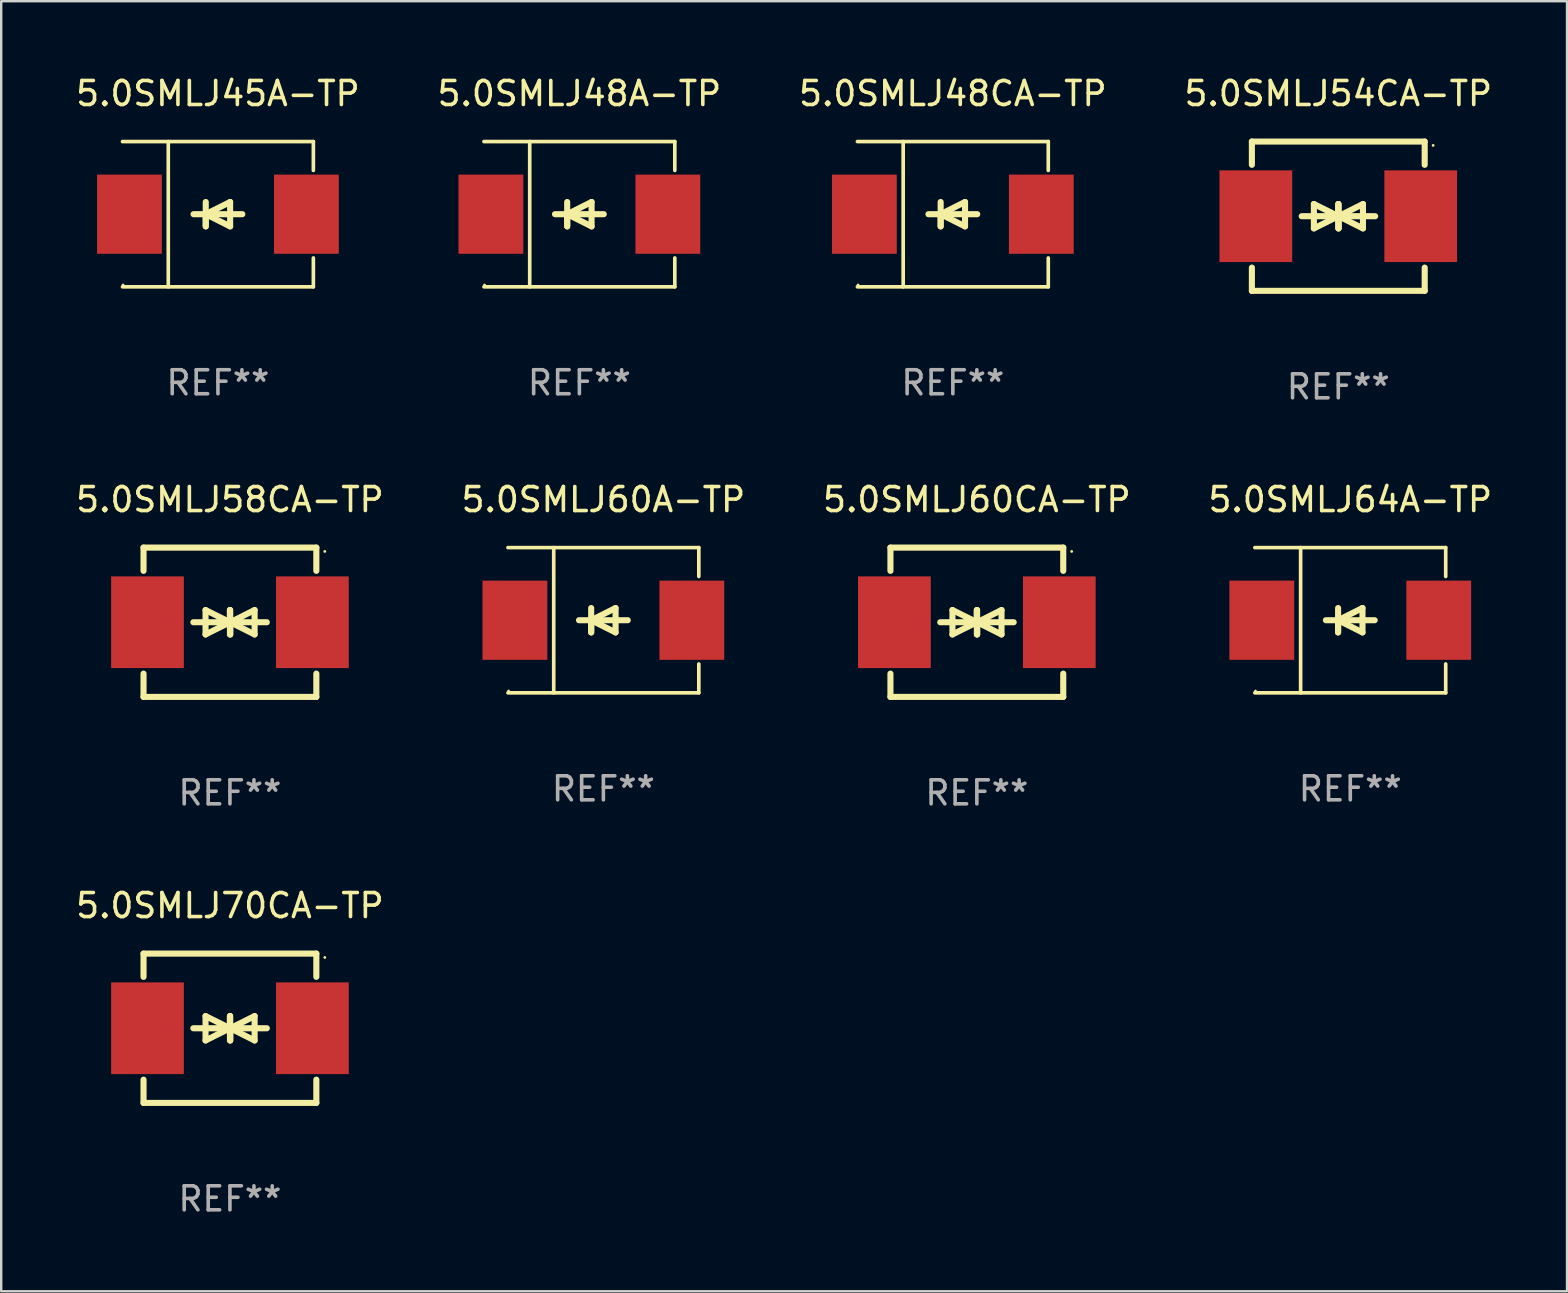
<source format=kicad_pcb>
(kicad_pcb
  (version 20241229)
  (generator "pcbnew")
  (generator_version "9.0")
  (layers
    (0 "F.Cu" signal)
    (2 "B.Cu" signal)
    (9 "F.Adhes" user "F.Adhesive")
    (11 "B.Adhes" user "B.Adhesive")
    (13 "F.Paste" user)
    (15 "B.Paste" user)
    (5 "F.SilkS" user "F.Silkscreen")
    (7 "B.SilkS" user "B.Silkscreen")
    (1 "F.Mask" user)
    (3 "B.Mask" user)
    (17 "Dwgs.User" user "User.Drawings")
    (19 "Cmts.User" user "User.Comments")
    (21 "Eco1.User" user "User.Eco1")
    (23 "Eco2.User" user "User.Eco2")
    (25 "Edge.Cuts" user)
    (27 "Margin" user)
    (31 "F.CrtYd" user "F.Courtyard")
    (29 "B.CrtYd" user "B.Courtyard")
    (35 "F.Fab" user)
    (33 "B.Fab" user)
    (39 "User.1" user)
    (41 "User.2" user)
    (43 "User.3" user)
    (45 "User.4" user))
  (footprint "5.0SMLJ58CA-TP"
    (layer "F.Cu")
    (at 6.53 22.875)
    (property "Reference" "5.0SMLJ58CA-TP" (at 0 -5.11 0) (layer "F.SilkS") (effects (font (size 1 1) (thickness 0.15))))
    (attr through_hole)
    (fp_line (start -3.6 -2.141) (end -3.6 -3.11) (stroke (width 0.254) (type solid)) (layer "F.SilkS"))
    (fp_line (start -3.6 3.11) (end -3.6 2.141) (stroke (width 0.254) (type solid)) (layer "F.SilkS"))
    (fp_line (start -1.524 0) (end 0.508 0) (stroke (width 0.254) (type solid)) (layer "F.SilkS"))
    (fp_line (start -1.016 -0.508) (end -1.016 0.508) (stroke (width 0.254) (type solid)) (layer "F.SilkS"))
    (fp_line (start -1.016 0.508) (end 0 0) (stroke (width 0.254) (type solid)) (layer "F.SilkS"))
    (fp_line (start 0 -0.508) (end 0 0.508) (stroke (width 0.254) (type solid)) (layer "F.SilkS"))
    (fp_line (start 0 0) (end -1.016 -0.508) (stroke (width 0.254) (type solid)) (layer "F.SilkS"))
    (fp_line (start 0 0) (end 0 -0.508) (stroke (width 0.254) (type solid)) (layer "F.SilkS"))
    (fp_line (start 0.012 0) (end 0.012 0.508) (stroke (width 0.254) (type solid)) (layer "F.SilkS"))
    (fp_line (start 0.012 0) (end 1.028 0.508) (stroke (width 0.254) (type solid)) (layer "F.SilkS"))
    (fp_line (start 0.012 0.508) (end 0.012 -0.508) (stroke (width 0.254) (type solid)) (layer "F.SilkS"))
    (fp_line (start 1.028 -0.508) (end 0.012 0) (stroke (width 0.254) (type solid)) (layer "F.SilkS"))
    (fp_line (start 1.028 0.508) (end 1.028 -0.508) (stroke (width 0.254) (type solid)) (layer "F.SilkS"))
    (fp_line (start 1.536 0) (end -0.496 0) (stroke (width 0.254) (type solid)) (layer "F.SilkS"))
    (fp_line (start 3.6 -3.11) (end -3.6 -3.11) (stroke (width 0.254) (type solid)) (layer "F.SilkS"))
    (fp_line (start 3.6 -2.141) (end 3.6 -3.11) (stroke (width 0.254) (type solid)) (layer "F.SilkS"))
    (fp_line (start 3.6 3.11) (end -3.6 3.11) (stroke (width 0.254) (type solid)) (layer "F.SilkS"))
    (fp_line (start 3.6 3.11) (end 3.6 2.141) (stroke (width 0.254) (type solid)) (layer "F.SilkS"))
    (fp_circle (center 3.952 -2.95) (end 3.982 -2.95) (stroke (width 0.06) (type solid)) (fill no) (layer "F.SilkS"))
    (fp_text user "REF**" (at 0 7.11 0) (layer "F.Fab") (effects (font (size 1 1) (thickness 0.15))))
    (pad "1" smd rect (at 3.435 0) (size 3.03 3.82) (layers "F.Cu" "F.Mask" "F.Paste"))
    (pad "2" smd rect (at -3.435 0) (size 3.03 3.82) (layers "F.Cu" "F.Mask" "F.Paste")))
  (footprint "5.0SMLJ54CA-TP"
    (layer "F.Cu")
    (at 52.708 5.958)
    (property "Reference" "5.0SMLJ54CA-TP" (at 0 -5.11 0) (layer "F.SilkS") (effects (font (size 1 1) (thickness 0.15))))
    (attr through_hole)
    (fp_line (start -3.6 -2.141) (end -3.6 -3.11) (stroke (width 0.254) (type solid)) (layer "F.SilkS"))
    (fp_line (start -3.6 3.11) (end -3.6 2.141) (stroke (width 0.254) (type solid)) (layer "F.SilkS"))
    (fp_line (start -1.524 0) (end 0.508 0) (stroke (width 0.254) (type solid)) (layer "F.SilkS"))
    (fp_line (start -1.016 -0.508) (end -1.016 0.508) (stroke (width 0.254) (type solid)) (layer "F.SilkS"))
    (fp_line (start -1.016 0.508) (end 0 0) (stroke (width 0.254) (type solid)) (layer "F.SilkS"))
    (fp_line (start 0 -0.508) (end 0 0.508) (stroke (width 0.254) (type solid)) (layer "F.SilkS"))
    (fp_line (start 0 0) (end -1.016 -0.508) (stroke (width 0.254) (type solid)) (layer "F.SilkS"))
    (fp_line (start 0 0) (end 0 -0.508) (stroke (width 0.254) (type solid)) (layer "F.SilkS"))
    (fp_line (start 0.012 0) (end 0.012 0.508) (stroke (width 0.254) (type solid)) (layer "F.SilkS"))
    (fp_line (start 0.012 0) (end 1.028 0.508) (stroke (width 0.254) (type solid)) (layer "F.SilkS"))
    (fp_line (start 0.012 0.508) (end 0.012 -0.508) (stroke (width 0.254) (type solid)) (layer "F.SilkS"))
    (fp_line (start 1.028 -0.508) (end 0.012 0) (stroke (width 0.254) (type solid)) (layer "F.SilkS"))
    (fp_line (start 1.028 0.508) (end 1.028 -0.508) (stroke (width 0.254) (type solid)) (layer "F.SilkS"))
    (fp_line (start 1.536 0) (end -0.496 0) (stroke (width 0.254) (type solid)) (layer "F.SilkS"))
    (fp_line (start 3.6 -3.11) (end -3.6 -3.11) (stroke (width 0.254) (type solid)) (layer "F.SilkS"))
    (fp_line (start 3.6 -2.141) (end 3.6 -3.11) (stroke (width 0.254) (type solid)) (layer "F.SilkS"))
    (fp_line (start 3.6 3.11) (end -3.6 3.11) (stroke (width 0.254) (type solid)) (layer "F.SilkS"))
    (fp_line (start 3.6 3.11) (end 3.6 2.141) (stroke (width 0.254) (type solid)) (layer "F.SilkS"))
    (fp_circle (center 3.952 -2.95) (end 3.982 -2.95) (stroke (width 0.06) (type solid)) (fill no) (layer "F.SilkS"))
    (fp_text user "REF**" (at 0 7.11 0) (layer "F.Fab") (effects (font (size 1 1) (thickness 0.15))))
    (pad "1" smd rect (at 3.435 0) (size 3.03 3.82) (layers "F.Cu" "F.Mask" "F.Paste"))
    (pad "2" smd rect (at -3.435 0) (size 3.03 3.82) (layers "F.Cu" "F.Mask" "F.Paste")))
  (footprint "5.0SMLJ48A-TP"
    (layer "F.Cu")
    (at 21.089 5.874)
    (property "Reference" "5.0SMLJ48A-TP" (at 0 -5.026 0) (layer "F.SilkS") (effects (font (size 1 1) (thickness 0.15))))
    (attr through_hole)
    (fp_line (start -3.976 -3.026) (end 3.976 -3.026) (stroke (width 0.152) (type solid)) (layer "F.SilkS"))
    (fp_line (start -3.976 3.026) (end 3.976 3.026) (stroke (width 0.152) (type solid)) (layer "F.SilkS"))
    (fp_line (start -2.069 -3.026) (end -2.069 3.026) (stroke (width 0.152) (type solid)) (layer "F.SilkS"))
    (fp_line (start -0.508 0) (end -0.508 0.508) (stroke (width 0.254) (type solid)) (layer "F.SilkS"))
    (fp_line (start -0.508 0) (end 0.508 0.508) (stroke (width 0.254) (type solid)) (layer "F.SilkS"))
    (fp_line (start -0.508 0.508) (end -0.508 -0.508) (stroke (width 0.254) (type solid)) (layer "F.SilkS"))
    (fp_line (start 0.508 -0.508) (end -0.508 0) (stroke (width 0.254) (type solid)) (layer "F.SilkS"))
    (fp_line (start 0.508 0.508) (end 0.508 -0.508) (stroke (width 0.254) (type solid)) (layer "F.SilkS"))
    (fp_line (start 1.016 0) (end -1.016 0) (stroke (width 0.254) (type solid)) (layer "F.SilkS"))
    (fp_line (start 3.976 -3.026) (end 3.976 -1.823) (stroke (width 0.152) (type solid)) (layer "F.SilkS"))
    (fp_line (start 3.976 3.026) (end 3.976 1.823) (stroke (width 0.152) (type solid)) (layer "F.SilkS"))
    (fp_circle (center -3.95 2.95) (end -3.92 2.95) (stroke (width 0.06) (type solid)) (fill no) (layer "F.SilkS"))
    (fp_text user "REF**" (at 0 7.026 0) (layer "F.Fab") (effects (font (size 1 1) (thickness 0.15))))
    (pad "1" smd rect (at -3.686 0) (size 2.7 3.3) (layers "F.Cu" "F.Mask" "F.Paste"))
    (pad "2" smd rect (at 3.686 0) (size 2.7 3.3) (layers "F.Cu" "F.Mask" "F.Paste")))
  (footprint "5.0SMLJ45A-TP"
    (layer "F.Cu")
    (at 6.03 5.874)
    (property "Reference" "5.0SMLJ45A-TP" (at 0 -5.026 0) (layer "F.SilkS") (effects (font (size 1 1) (thickness 0.15))))
    (attr through_hole)
    (fp_line (start -3.976 -3.026) (end 3.976 -3.026) (stroke (width 0.152) (type solid)) (layer "F.SilkS"))
    (fp_line (start -3.976 3.026) (end 3.976 3.026) (stroke (width 0.152) (type solid)) (layer "F.SilkS"))
    (fp_line (start -2.069 -3.026) (end -2.069 3.026) (stroke (width 0.152) (type solid)) (layer "F.SilkS"))
    (fp_line (start -0.508 0) (end -0.508 0.508) (stroke (width 0.254) (type solid)) (layer "F.SilkS"))
    (fp_line (start -0.508 0) (end 0.508 0.508) (stroke (width 0.254) (type solid)) (layer "F.SilkS"))
    (fp_line (start -0.508 0.508) (end -0.508 -0.508) (stroke (width 0.254) (type solid)) (layer "F.SilkS"))
    (fp_line (start 0.508 -0.508) (end -0.508 0) (stroke (width 0.254) (type solid)) (layer "F.SilkS"))
    (fp_line (start 0.508 0.508) (end 0.508 -0.508) (stroke (width 0.254) (type solid)) (layer "F.SilkS"))
    (fp_line (start 1.016 0) (end -1.016 0) (stroke (width 0.254) (type solid)) (layer "F.SilkS"))
    (fp_line (start 3.976 -3.026) (end 3.976 -1.823) (stroke (width 0.152) (type solid)) (layer "F.SilkS"))
    (fp_line (start 3.976 3.026) (end 3.976 1.823) (stroke (width 0.152) (type solid)) (layer "F.SilkS"))
    (fp_circle (center -3.95 2.95) (end -3.92 2.95) (stroke (width 0.06) (type solid)) (fill no) (layer "F.SilkS"))
    (fp_text user "REF**" (at 0 7.026 0) (layer "F.Fab") (effects (font (size 1 1) (thickness 0.15))))
    (pad "1" smd rect (at -3.686 0) (size 2.7 3.3) (layers "F.Cu" "F.Mask" "F.Paste"))
    (pad "2" smd rect (at 3.686 0) (size 2.7 3.3) (layers "F.Cu" "F.Mask" "F.Paste")))
  (footprint "5.0SMLJ70CA-TP"
    (layer "F.Cu")
    (at 6.53 39.791)
    (property "Reference" "5.0SMLJ70CA-TP" (at 0 -5.11 0) (layer "F.SilkS") (effects (font (size 1 1) (thickness 0.15))))
    (attr through_hole)
    (fp_line (start -3.6 -2.141) (end -3.6 -3.11) (stroke (width 0.254) (type solid)) (layer "F.SilkS"))
    (fp_line (start -3.6 3.11) (end -3.6 2.141) (stroke (width 0.254) (type solid)) (layer "F.SilkS"))
    (fp_line (start -1.524 0) (end 0.508 0) (stroke (width 0.254) (type solid)) (layer "F.SilkS"))
    (fp_line (start -1.016 -0.508) (end -1.016 0.508) (stroke (width 0.254) (type solid)) (layer "F.SilkS"))
    (fp_line (start -1.016 0.508) (end 0 0) (stroke (width 0.254) (type solid)) (layer "F.SilkS"))
    (fp_line (start 0 -0.508) (end 0 0.508) (stroke (width 0.254) (type solid)) (layer "F.SilkS"))
    (fp_line (start 0 0) (end -1.016 -0.508) (stroke (width 0.254) (type solid)) (layer "F.SilkS"))
    (fp_line (start 0 0) (end 0 -0.508) (stroke (width 0.254) (type solid)) (layer "F.SilkS"))
    (fp_line (start 0.012 0) (end 0.012 0.508) (stroke (width 0.254) (type solid)) (layer "F.SilkS"))
    (fp_line (start 0.012 0) (end 1.028 0.508) (stroke (width 0.254) (type solid)) (layer "F.SilkS"))
    (fp_line (start 0.012 0.508) (end 0.012 -0.508) (stroke (width 0.254) (type solid)) (layer "F.SilkS"))
    (fp_line (start 1.028 -0.508) (end 0.012 0) (stroke (width 0.254) (type solid)) (layer "F.SilkS"))
    (fp_line (start 1.028 0.508) (end 1.028 -0.508) (stroke (width 0.254) (type solid)) (layer "F.SilkS"))
    (fp_line (start 1.536 0) (end -0.496 0) (stroke (width 0.254) (type solid)) (layer "F.SilkS"))
    (fp_line (start 3.6 -3.11) (end -3.6 -3.11) (stroke (width 0.254) (type solid)) (layer "F.SilkS"))
    (fp_line (start 3.6 -2.141) (end 3.6 -3.11) (stroke (width 0.254) (type solid)) (layer "F.SilkS"))
    (fp_line (start 3.6 3.11) (end -3.6 3.11) (stroke (width 0.254) (type solid)) (layer "F.SilkS"))
    (fp_line (start 3.6 3.11) (end 3.6 2.141) (stroke (width 0.254) (type solid)) (layer "F.SilkS"))
    (fp_circle (center 3.952 -2.95) (end 3.982 -2.95) (stroke (width 0.06) (type solid)) (fill no) (layer "F.SilkS"))
    (fp_text user "REF**" (at 0 7.11 0) (layer "F.Fab") (effects (font (size 1 1) (thickness 0.15))))
    (pad "1" smd rect (at 3.435 0) (size 3.03 3.82) (layers "F.Cu" "F.Mask" "F.Paste"))
    (pad "2" smd rect (at -3.435 0) (size 3.03 3.82) (layers "F.Cu" "F.Mask" "F.Paste")))
  (footprint "5.0SMLJ60A-TP"
    (layer "F.Cu")
    (at 22.089 22.791)
    (property "Reference" "5.0SMLJ60A-TP" (at 0 -5.026 0) (layer "F.SilkS") (effects (font (size 1 1) (thickness 0.15))))
    (attr through_hole)
    (fp_line (start -3.976 -3.026) (end 3.976 -3.026) (stroke (width 0.152) (type solid)) (layer "F.SilkS"))
    (fp_line (start -3.976 3.026) (end 3.976 3.026) (stroke (width 0.152) (type solid)) (layer "F.SilkS"))
    (fp_line (start -2.069 -3.026) (end -2.069 3.026) (stroke (width 0.152) (type solid)) (layer "F.SilkS"))
    (fp_line (start -0.508 0) (end -0.508 0.508) (stroke (width 0.254) (type solid)) (layer "F.SilkS"))
    (fp_line (start -0.508 0) (end 0.508 0.508) (stroke (width 0.254) (type solid)) (layer "F.SilkS"))
    (fp_line (start -0.508 0.508) (end -0.508 -0.508) (stroke (width 0.254) (type solid)) (layer "F.SilkS"))
    (fp_line (start 0.508 -0.508) (end -0.508 0) (stroke (width 0.254) (type solid)) (layer "F.SilkS"))
    (fp_line (start 0.508 0.508) (end 0.508 -0.508) (stroke (width 0.254) (type solid)) (layer "F.SilkS"))
    (fp_line (start 1.016 0) (end -1.016 0) (stroke (width 0.254) (type solid)) (layer "F.SilkS"))
    (fp_line (start 3.976 -3.026) (end 3.976 -1.823) (stroke (width 0.152) (type solid)) (layer "F.SilkS"))
    (fp_line (start 3.976 3.026) (end 3.976 1.823) (stroke (width 0.152) (type solid)) (layer "F.SilkS"))
    (fp_circle (center -3.95 2.95) (end -3.92 2.95) (stroke (width 0.06) (type solid)) (fill no) (layer "F.SilkS"))
    (fp_text user "REF**" (at 0 7.026 0) (layer "F.Fab") (effects (font (size 1 1) (thickness 0.15))))
    (pad "1" smd rect (at -3.686 0) (size 2.7 3.3) (layers "F.Cu" "F.Mask" "F.Paste"))
    (pad "2" smd rect (at 3.686 0) (size 2.7 3.3) (layers "F.Cu" "F.Mask" "F.Paste")))
  (footprint "5.0SMLJ60CA-TP"
    (layer "F.Cu")
    (at 37.649 22.875)
    (property "Reference" "5.0SMLJ60CA-TP" (at 0 -5.11 0) (layer "F.SilkS") (effects (font (size 1 1) (thickness 0.15))))
    (attr through_hole)
    (fp_line (start -3.6 -2.141) (end -3.6 -3.11) (stroke (width 0.254) (type solid)) (layer "F.SilkS"))
    (fp_line (start -3.6 3.11) (end -3.6 2.141) (stroke (width 0.254) (type solid)) (layer "F.SilkS"))
    (fp_line (start -1.524 0) (end 0.508 0) (stroke (width 0.254) (type solid)) (layer "F.SilkS"))
    (fp_line (start -1.016 -0.508) (end -1.016 0.508) (stroke (width 0.254) (type solid)) (layer "F.SilkS"))
    (fp_line (start -1.016 0.508) (end 0 0) (stroke (width 0.254) (type solid)) (layer "F.SilkS"))
    (fp_line (start 0 -0.508) (end 0 0.508) (stroke (width 0.254) (type solid)) (layer "F.SilkS"))
    (fp_line (start 0 0) (end -1.016 -0.508) (stroke (width 0.254) (type solid)) (layer "F.SilkS"))
    (fp_line (start 0 0) (end 0 -0.508) (stroke (width 0.254) (type solid)) (layer "F.SilkS"))
    (fp_line (start 0.012 0) (end 0.012 0.508) (stroke (width 0.254) (type solid)) (layer "F.SilkS"))
    (fp_line (start 0.012 0) (end 1.028 0.508) (stroke (width 0.254) (type solid)) (layer "F.SilkS"))
    (fp_line (start 0.012 0.508) (end 0.012 -0.508) (stroke (width 0.254) (type solid)) (layer "F.SilkS"))
    (fp_line (start 1.028 -0.508) (end 0.012 0) (stroke (width 0.254) (type solid)) (layer "F.SilkS"))
    (fp_line (start 1.028 0.508) (end 1.028 -0.508) (stroke (width 0.254) (type solid)) (layer "F.SilkS"))
    (fp_line (start 1.536 0) (end -0.496 0) (stroke (width 0.254) (type solid)) (layer "F.SilkS"))
    (fp_line (start 3.6 -3.11) (end -3.6 -3.11) (stroke (width 0.254) (type solid)) (layer "F.SilkS"))
    (fp_line (start 3.6 -2.141) (end 3.6 -3.11) (stroke (width 0.254) (type solid)) (layer "F.SilkS"))
    (fp_line (start 3.6 3.11) (end -3.6 3.11) (stroke (width 0.254) (type solid)) (layer "F.SilkS"))
    (fp_line (start 3.6 3.11) (end 3.6 2.141) (stroke (width 0.254) (type solid)) (layer "F.SilkS"))
    (fp_circle (center 3.952 -2.95) (end 3.982 -2.95) (stroke (width 0.06) (type solid)) (fill no) (layer "F.SilkS"))
    (fp_text user "REF**" (at 0 7.11 0) (layer "F.Fab") (effects (font (size 1 1) (thickness 0.15))))
    (pad "1" smd rect (at 3.435 0) (size 3.03 3.82) (layers "F.Cu" "F.Mask" "F.Paste"))
    (pad "2" smd rect (at -3.435 0) (size 3.03 3.82) (layers "F.Cu" "F.Mask" "F.Paste")))
  (footprint "5.0SMLJ64A-TP"
    (layer "F.Cu")
    (at 53.208 22.791)
    (property "Reference" "5.0SMLJ64A-TP" (at 0 -5.026 0) (layer "F.SilkS") (effects (font (size 1 1) (thickness 0.15))))
    (attr through_hole)
    (fp_line (start -3.976 -3.026) (end 3.976 -3.026) (stroke (width 0.152) (type solid)) (layer "F.SilkS"))
    (fp_line (start -3.976 3.026) (end 3.976 3.026) (stroke (width 0.152) (type solid)) (layer "F.SilkS"))
    (fp_line (start -2.069 -3.026) (end -2.069 3.026) (stroke (width 0.152) (type solid)) (layer "F.SilkS"))
    (fp_line (start -0.508 0) (end -0.508 0.508) (stroke (width 0.254) (type solid)) (layer "F.SilkS"))
    (fp_line (start -0.508 0) (end 0.508 0.508) (stroke (width 0.254) (type solid)) (layer "F.SilkS"))
    (fp_line (start -0.508 0.508) (end -0.508 -0.508) (stroke (width 0.254) (type solid)) (layer "F.SilkS"))
    (fp_line (start 0.508 -0.508) (end -0.508 0) (stroke (width 0.254) (type solid)) (layer "F.SilkS"))
    (fp_line (start 0.508 0.508) (end 0.508 -0.508) (stroke (width 0.254) (type solid)) (layer "F.SilkS"))
    (fp_line (start 1.016 0) (end -1.016 0) (stroke (width 0.254) (type solid)) (layer "F.SilkS"))
    (fp_line (start 3.976 -3.026) (end 3.976 -1.823) (stroke (width 0.152) (type solid)) (layer "F.SilkS"))
    (fp_line (start 3.976 3.026) (end 3.976 1.823) (stroke (width 0.152) (type solid)) (layer "F.SilkS"))
    (fp_circle (center -3.95 2.95) (end -3.92 2.95) (stroke (width 0.06) (type solid)) (fill no) (layer "F.SilkS"))
    (fp_text user "REF**" (at 0 7.026 0) (layer "F.Fab") (effects (font (size 1 1) (thickness 0.15))))
    (pad "1" smd rect (at -3.686 0) (size 2.7 3.3) (layers "F.Cu" "F.Mask" "F.Paste"))
    (pad "2" smd rect (at 3.686 0) (size 2.7 3.3) (layers "F.Cu" "F.Mask" "F.Paste")))
  (footprint "5.0SMLJ48CA-TP"
    (layer "F.Cu")
    (at 36.649 5.874)
    (property "Reference" "5.0SMLJ48CA-TP" (at 0 -5.026 0) (layer "F.SilkS") (effects (font (size 1 1) (thickness 0.15))))
    (attr through_hole)
    (fp_line (start -3.976 -3.026) (end 3.976 -3.026) (stroke (width 0.152) (type solid)) (layer "F.SilkS"))
    (fp_line (start -3.976 3.026) (end 3.976 3.026) (stroke (width 0.152) (type solid)) (layer "F.SilkS"))
    (fp_line (start -2.069 -3.026) (end -2.069 3.026) (stroke (width 0.152) (type solid)) (layer "F.SilkS"))
    (fp_line (start -0.508 0) (end -0.508 0.508) (stroke (width 0.254) (type solid)) (layer "F.SilkS"))
    (fp_line (start -0.508 0) (end 0.508 0.508) (stroke (width 0.254) (type solid)) (layer "F.SilkS"))
    (fp_line (start -0.508 0.508) (end -0.508 -0.508) (stroke (width 0.254) (type solid)) (layer "F.SilkS"))
    (fp_line (start 0.508 -0.508) (end -0.508 0) (stroke (width 0.254) (type solid)) (layer "F.SilkS"))
    (fp_line (start 0.508 0.508) (end 0.508 -0.508) (stroke (width 0.254) (type solid)) (layer "F.SilkS"))
    (fp_line (start 1.016 0) (end -1.016 0) (stroke (width 0.254) (type solid)) (layer "F.SilkS"))
    (fp_line (start 3.976 -3.026) (end 3.976 -1.823) (stroke (width 0.152) (type solid)) (layer "F.SilkS"))
    (fp_line (start 3.976 3.026) (end 3.976 1.823) (stroke (width 0.152) (type solid)) (layer "F.SilkS"))
    (fp_circle (center -3.95 2.95) (end -3.92 2.95) (stroke (width 0.06) (type solid)) (fill no) (layer "F.SilkS"))
    (fp_text user "REF**" (at 0 7.026 0) (layer "F.Fab") (effects (font (size 1 1) (thickness 0.15))))
    (pad "1" smd rect (at -3.686 0) (size 2.7 3.3) (layers "F.Cu" "F.Mask" "F.Paste"))
    (pad "2" smd rect (at 3.686 0) (size 2.7 3.3) (layers "F.Cu" "F.Mask" "F.Paste")))
  (gr_rect
    (start -3 -3)
    (end 62.238 50.75)
    (stroke (width 0.1) (type default))
    (fill no)
    (layer "Edge.Cuts")))
</source>
